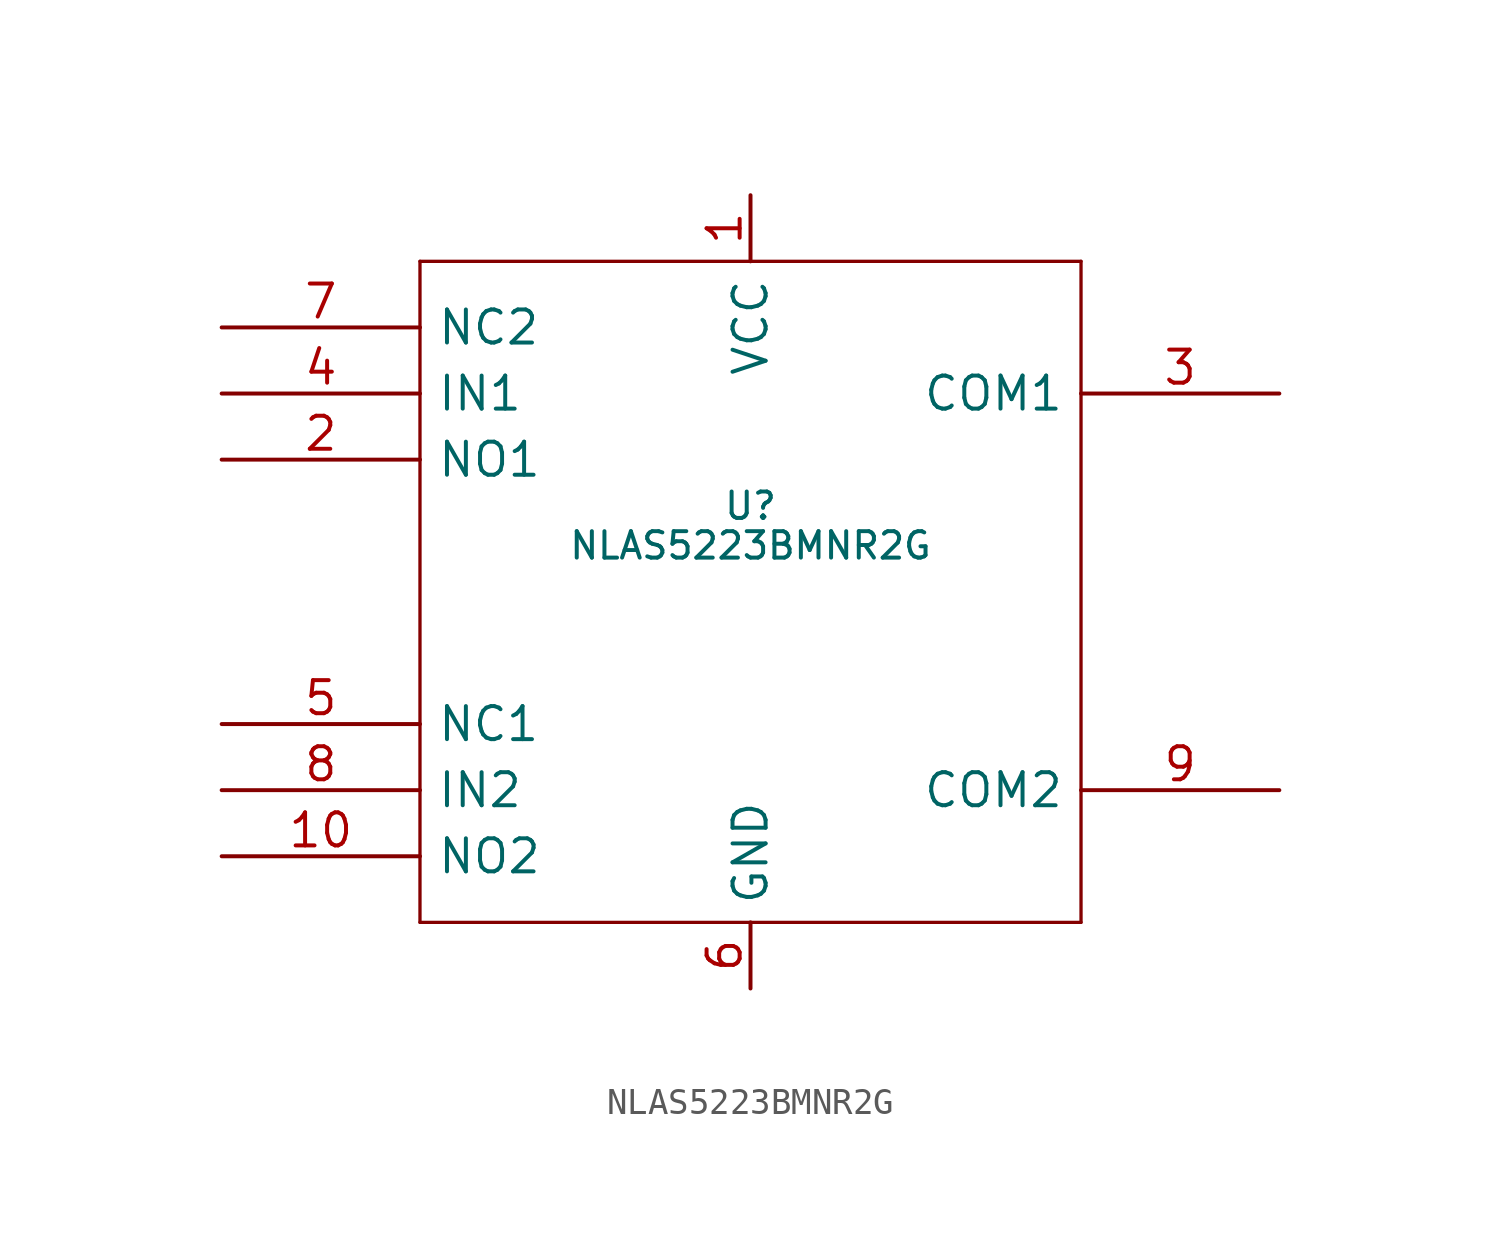
<source format=kicad_sym>
(kicad_symbol_lib
  (version 20241209)
  (generator "kicad_symbol_editor")
  (generator_version "9.0")
  (symbol "NLAS5223BMNR2G"
    (pin_names
      (offset 0.635))
    (property "Reference" "U"
      (at 0 2.032 0)
      (effects (font (size 1.016 1.016))))
    (property "Value" "NLAS5223BMNR2G"
      (at 0 0.508 0)
      (effects (font (size 1.016 1.016))))
    (symbol "NLAS5223BMNR2G_0_1"
      (polyline (pts (xy -12.7 11.43) (xy -12.7 -13.97)) (stroke (width 0.127) (type default)) (fill (type none)))
      (polyline (pts (xy -12.7 -13.97) (xy 12.7 -13.97)) (stroke (width 0.127) (type default)) (fill (type none)))
      (polyline (pts (xy 12.7 11.43) (xy -12.7 11.43)) (stroke (width 0.127) (type default)) (fill (type none)))
      (polyline (pts (xy 12.7 -13.97) (xy 12.7 11.43)) (stroke (width 0.127) (type default)) (fill (type none))))
    (symbol "NLAS5223BMNR2G_1_1"
      (pin passive line (at -20.32 8.89 0) (length 7.62) (name "NC2" (effects (font (size 1.27 1.27)))) (number "7" (effects (font (size 1.27 1.27)))))
      (pin passive line (at -20.32 6.35 0) (length 7.62) (name "IN1" (effects (font (size 1.27 1.27)))) (number "4" (effects (font (size 1.27 1.27)))))
      (pin passive line (at -20.32 3.81 0) (length 7.62) (name "NO1" (effects (font (size 1.27 1.27)))) (number "2" (effects (font (size 1.27 1.27)))))
      (pin passive line (at -20.32 -6.35 0) (length 7.62) (name "NC1" (effects (font (size 1.27 1.27)))) (number "5" (effects (font (size 1.27 1.27)))))
      (pin passive line (at -20.32 -8.89 0) (length 7.62) (name "IN2" (effects (font (size 1.27 1.27)))) (number "8" (effects (font (size 1.27 1.27)))))
      (pin passive line (at -20.32 -11.43 0) (length 7.62) (name "NO2" (effects (font (size 1.27 1.27)))) (number "10" (effects (font (size 1.27 1.27)))))
      (pin passive line (at 0 13.97 270) (length 2.54) (name "VCC" (effects (font (size 1.27 1.27)))) (number "1" (effects (font (size 1.27 1.27)))))
      (pin passive line (at 0 -16.51 90) (length 2.54) (name "GND" (effects (font (size 1.27 1.27)))) (number "6" (effects (font (size 1.27 1.27)))))
      (pin passive line (at 20.32 6.35 180) (length 7.62) (name "COM1" (effects (font (size 1.27 1.27)))) (number "3" (effects (font (size 1.27 1.27)))))
      (pin passive line (at 20.32 -8.89 180) (length 7.62) (name "COM2" (effects (font (size 1.27 1.27)))) (number "9" (effects (font (size 1.27 1.27))))))))
</source>
